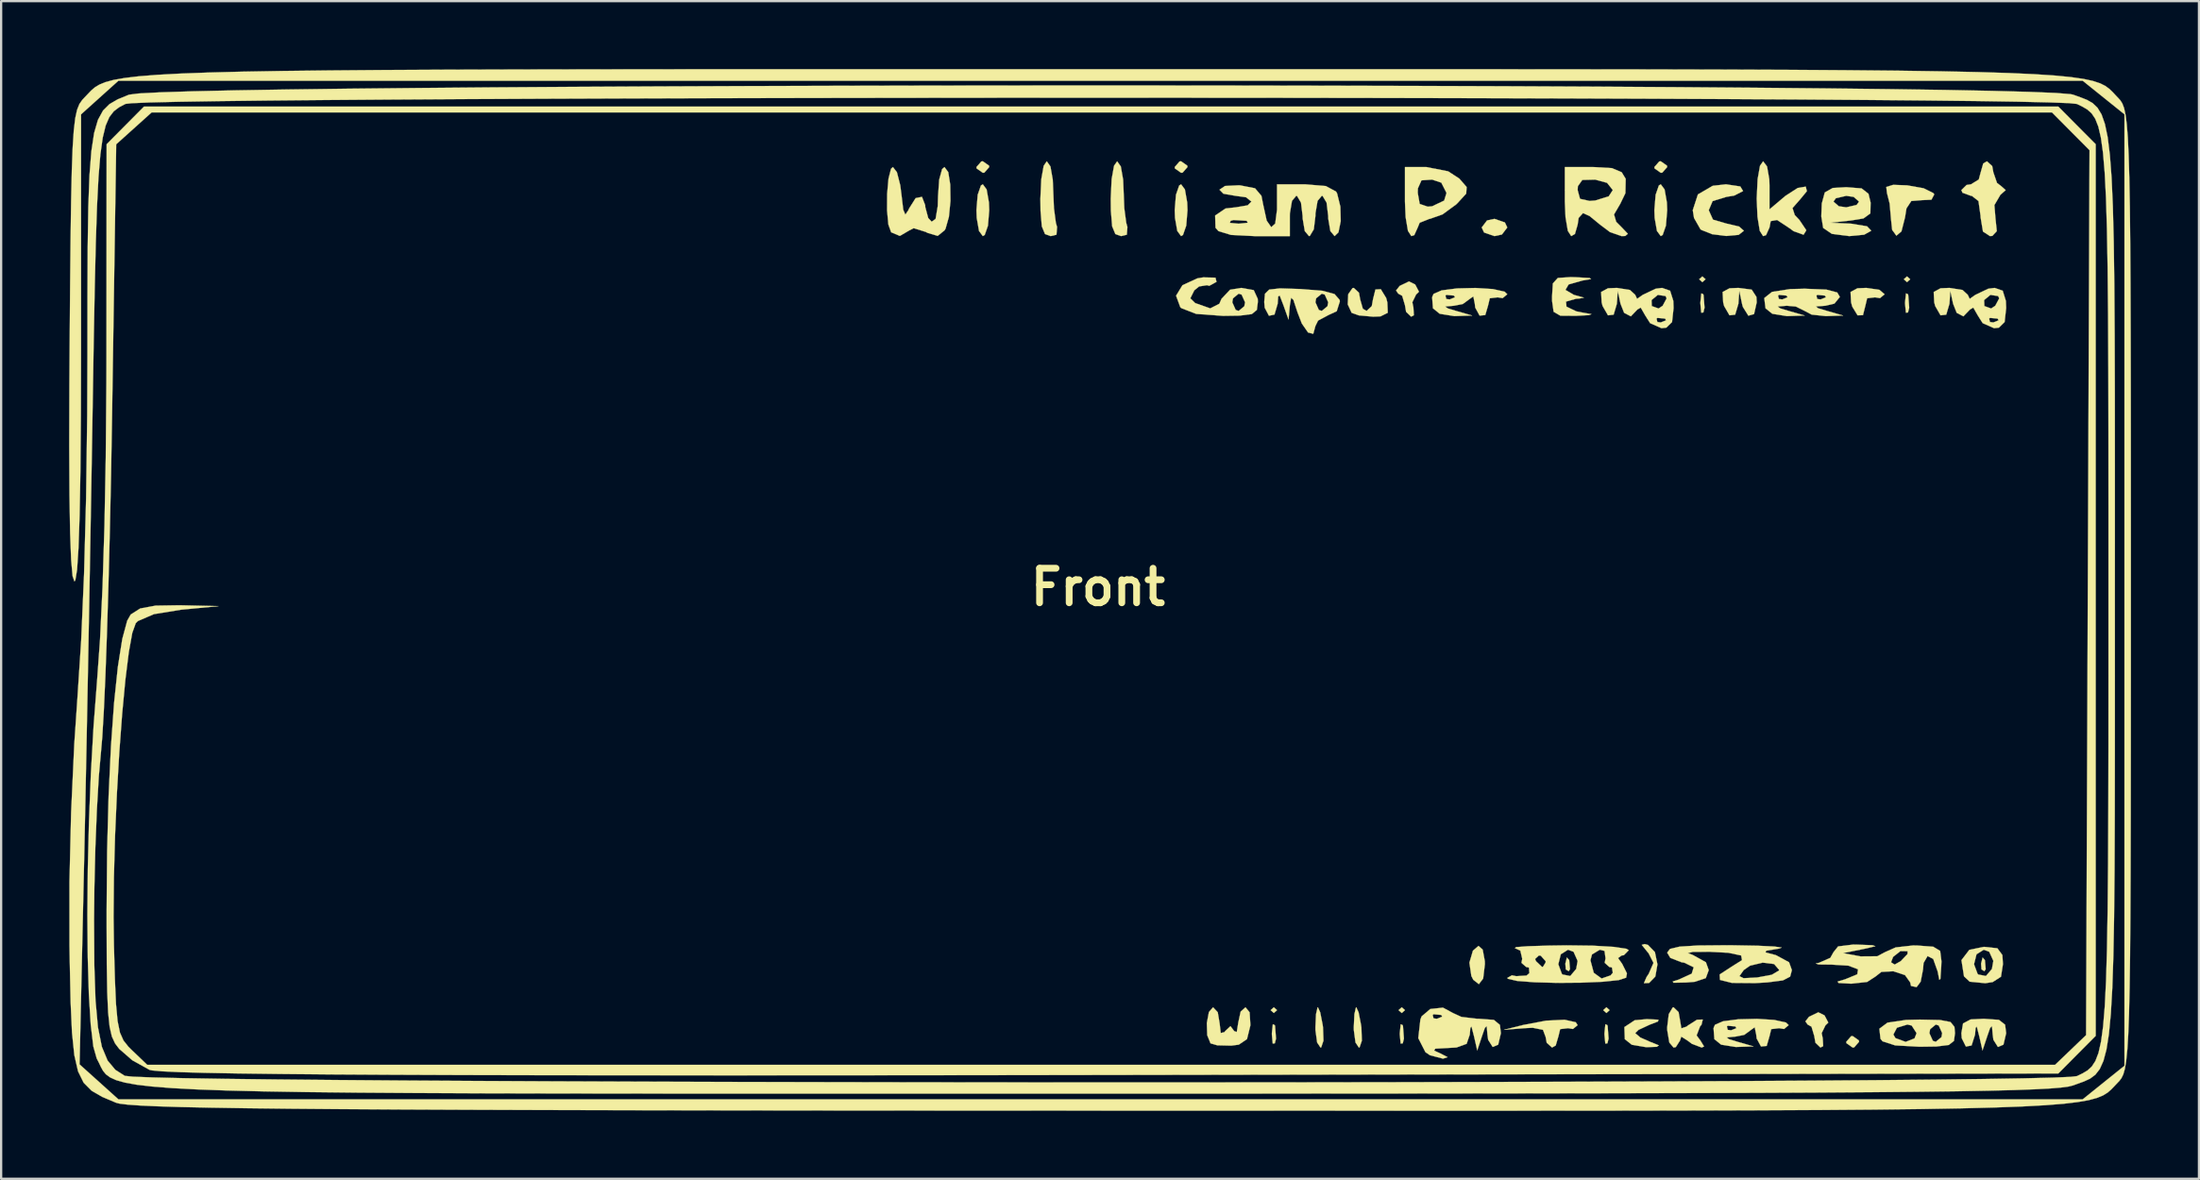
<source format=kicad_pcb>
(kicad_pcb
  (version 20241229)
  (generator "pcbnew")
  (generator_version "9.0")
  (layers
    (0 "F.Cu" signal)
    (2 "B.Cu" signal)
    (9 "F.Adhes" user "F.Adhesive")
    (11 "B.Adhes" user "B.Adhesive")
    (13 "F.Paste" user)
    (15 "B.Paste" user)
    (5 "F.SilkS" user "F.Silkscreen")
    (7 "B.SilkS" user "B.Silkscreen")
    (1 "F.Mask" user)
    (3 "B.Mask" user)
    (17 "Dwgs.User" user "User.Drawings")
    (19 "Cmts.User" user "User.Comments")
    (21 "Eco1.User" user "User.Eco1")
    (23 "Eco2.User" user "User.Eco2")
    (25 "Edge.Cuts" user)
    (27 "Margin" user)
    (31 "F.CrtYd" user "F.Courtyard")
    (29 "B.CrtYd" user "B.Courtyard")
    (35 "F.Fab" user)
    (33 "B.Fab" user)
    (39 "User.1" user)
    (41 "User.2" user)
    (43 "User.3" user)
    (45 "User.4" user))
  (footprint "Front"
    (layer "F.Cu")
    (at 45.399 22.865)
    (property "Reference" "Front" (at 0 0 0) (layer "F.SilkS") (effects (font (size 1.524 1.524) (thickness 0.3))))
    (attr through_hole)
    (fp_poly (pts (xy 7.902 18.669) (xy 7.761 18.796) (xy 7.62 18.669) (xy 7.761 18.542) (xy 7.902 18.669)) (stroke (width 0.01) (type solid)) (fill yes) (layer "F.SilkS"))
    (fp_poly (pts (xy 13.547 18.669) (xy 13.406 18.796) (xy 13.264 18.669) (xy 13.406 18.542) (xy 13.547 18.669)) (stroke (width 0.01) (type solid)) (fill yes) (layer "F.SilkS"))
    (fp_poly (pts (xy 22.578 18.669) (xy 22.437 18.796) (xy 22.296 18.669) (xy 22.437 18.542) (xy 22.578 18.669)) (stroke (width 0.01) (type solid)) (fill yes) (layer "F.SilkS"))
    (fp_poly (pts (xy 26.811 -13.589) (xy 26.67 -13.462) (xy 26.529 -13.589) (xy 26.67 -13.716) (xy 26.811 -13.589)) (stroke (width 0.01) (type solid)) (fill yes) (layer "F.SilkS"))
    (fp_poly (pts (xy 35.842 -13.589) (xy 35.701 -13.462) (xy 35.56 -13.589) (xy 35.701 -13.716) (xy 35.842 -13.589)) (stroke (width 0.01) (type solid)) (fill yes) (layer "F.SilkS"))
    (fp_poly (pts (xy 20.795 16.462) (xy 20.829 16.859) (xy 20.773 16.949) (xy 20.644 16.873) (xy 20.625 16.616) (xy 20.693 16.345) (xy 20.795 16.462)) (stroke (width 0.01) (type solid)) (fill yes) (layer "F.SilkS"))
    (fp_poly (pts (xy 39.139 16.462) (xy 39.173 16.859) (xy 39.117 16.949) (xy 38.989 16.873) (xy 38.969 16.616) (xy 39.038 16.345) (xy 39.139 16.462)) (stroke (width 0.01) (type solid)) (fill yes) (layer "F.SilkS"))
    (fp_poly (pts (xy -4.806 -18.603) (xy -4.798 -18.542) (xy -5.013 -18.295) (xy -5.08 -18.288) (xy -5.354 -18.481) (xy -5.362 -18.542) (xy -5.147 -18.789) (xy -5.08 -18.796) (xy -4.806 -18.603)) (stroke (width 0.01) (type solid)) (fill yes) (layer "F.SilkS"))
    (fp_poly (pts (xy 3.943 -18.603) (xy 3.951 -18.542) (xy 3.736 -18.295) (xy 3.669 -18.288) (xy 3.395 -18.481) (xy 3.387 -18.542) (xy 3.601 -18.789) (xy 3.669 -18.796) (xy 3.943 -18.603)) (stroke (width 0.01) (type solid)) (fill yes) (layer "F.SilkS"))
    (fp_poly (pts (xy 7.802 19.329) (xy 7.816 19.372) (xy 7.857 19.926) (xy 7.805 20.134) (xy 7.712 20.143) (xy 7.675 19.745) (xy 7.675 19.685) (xy 7.716 19.291) (xy 7.802 19.329)) (stroke (width 0.01) (type solid)) (fill yes) (layer "F.SilkS"))
    (fp_poly (pts (xy 13.446 19.329) (xy 13.46 19.372) (xy 13.501 19.926) (xy 13.45 20.134) (xy 13.357 20.143) (xy 13.319 19.745) (xy 13.319 19.685) (xy 13.36 19.291) (xy 13.446 19.329)) (stroke (width 0.01) (type solid)) (fill yes) (layer "F.SilkS"))
    (fp_poly (pts (xy 17.957 -16.097) (xy 18.062 -15.875) (xy 17.827 -15.565) (xy 17.498 -15.494) (xy 17.038 -15.653) (xy 16.933 -15.875) (xy 17.169 -16.185) (xy 17.498 -16.256) (xy 17.957 -16.097)) (stroke (width 0.01) (type solid)) (fill yes) (layer "F.SilkS"))
    (fp_poly (pts (xy 22.477 19.329) (xy 22.491 19.372) (xy 22.532 19.926) (xy 22.481 20.134) (xy 22.388 20.143) (xy 22.35 19.745) (xy 22.351 19.685) (xy 22.391 19.291) (xy 22.477 19.329)) (stroke (width 0.01) (type solid)) (fill yes) (layer "F.SilkS"))
    (fp_poly (pts (xy 25.11 -18.603) (xy 25.118 -18.542) (xy 24.903 -18.295) (xy 24.836 -18.288) (xy 24.562 -18.481) (xy 24.553 -18.542) (xy 24.768 -18.789) (xy 24.836 -18.796) (xy 25.11 -18.603)) (stroke (width 0.01) (type solid)) (fill yes) (layer "F.SilkS"))
    (fp_poly (pts (xy 26.711 -12.929) (xy 26.724 -12.886) (xy 26.766 -12.332) (xy 26.714 -12.124) (xy 26.621 -12.115) (xy 26.584 -12.513) (xy 26.584 -12.573) (xy 26.625 -12.967) (xy 26.711 -12.929)) (stroke (width 0.01) (type solid)) (fill yes) (layer "F.SilkS"))
    (fp_poly (pts (xy 33.576 20.005) (xy 33.584 20.066) (xy 33.37 20.313) (xy 33.302 20.32) (xy 33.028 20.127) (xy 33.02 20.066) (xy 33.235 19.819) (xy 33.302 19.812) (xy 33.576 20.005)) (stroke (width 0.01) (type solid)) (fill yes) (layer "F.SilkS"))
    (fp_poly (pts (xy 35.742 -12.929) (xy 35.756 -12.886) (xy 35.797 -12.332) (xy 35.745 -12.124) (xy 35.652 -12.115) (xy 35.615 -12.513) (xy 35.615 -12.573) (xy 35.656 -12.967) (xy 35.742 -12.929)) (stroke (width 0.01) (type solid)) (fill yes) (layer "F.SilkS"))
    (fp_poly (pts (xy 16.977 15.996) (xy 17.071 16.508) (xy 17.074 16.637) (xy 16.998 17.275) (xy 16.808 17.522) (xy 16.561 17.328) (xy 16.477 17.16) (xy 16.391 16.574) (xy 16.546 16.045) (xy 16.792 15.833) (xy 16.977 15.996)) (stroke (width 0.01) (type solid)) (fill yes) (layer "F.SilkS"))
    (fp_poly (pts (xy -4.912 -17.553) (xy -4.811 -16.979) (xy -4.798 -16.637) (xy -4.854 -15.955) (xy -4.996 -15.546) (xy -5.08 -15.494) (xy -5.248 -15.721) (xy -5.349 -16.295) (xy -5.362 -16.637) (xy -5.306 -17.319) (xy -5.164 -17.728) (xy -5.08 -17.78) (xy -4.912 -17.553)) (stroke (width 0.01) (type solid)) (fill yes) (layer "F.SilkS"))
    (fp_poly (pts (xy 3.837 -17.553) (xy 3.938 -16.979) (xy 3.951 -16.637) (xy 3.895 -15.955) (xy 3.753 -15.546) (xy 3.669 -15.494) (xy 3.501 -15.721) (xy 3.4 -16.295) (xy 3.387 -16.637) (xy 3.443 -17.319) (xy 3.585 -17.728) (xy 3.669 -17.78) (xy 3.837 -17.553)) (stroke (width 0.01) (type solid)) (fill yes) (layer "F.SilkS"))
    (fp_poly (pts (xy 9.807 18.765) (xy 9.915 19.313) (xy 9.931 19.431) (xy 9.951 20.016) (xy 9.852 20.311) (xy 9.821 20.32) (xy 9.672 20.097) (xy 9.597 19.547) (xy 9.596 19.431) (xy 9.623 18.843) (xy 9.691 18.55) (xy 9.706 18.542) (xy 9.807 18.765)) (stroke (width 0.01) (type solid)) (fill yes) (layer "F.SilkS"))
    (fp_poly (pts (xy 11.501 18.765) (xy 11.608 19.313) (xy 11.625 19.431) (xy 11.645 20.016) (xy 11.545 20.311) (xy 11.514 20.32) (xy 11.365 20.097) (xy 11.291 19.547) (xy 11.289 19.431) (xy 11.317 18.843) (xy 11.385 18.55) (xy 11.399 18.542) (xy 11.501 18.765)) (stroke (width 0.01) (type solid)) (fill yes) (layer "F.SilkS"))
    (fp_poly (pts (xy 25.004 -17.553) (xy 25.105 -16.979) (xy 25.118 -16.637) (xy 25.062 -15.955) (xy 24.92 -15.546) (xy 24.836 -15.494) (xy 24.667 -15.721) (xy 24.566 -16.295) (xy 24.553 -16.637) (xy 24.609 -17.319) (xy 24.751 -17.728) (xy 24.836 -17.78) (xy 25.004 -17.553)) (stroke (width 0.01) (type solid)) (fill yes) (layer "F.SilkS"))
    (fp_poly (pts (xy 24.271 15.791) (xy 24.577 16.106) (xy 24.688 16.65) (xy 24.595 17.186) (xy 24.32 17.469) (xy 24.091 17.479) (xy 24.21 17.204) (xy 24.303 17.066) (xy 24.514 16.583) (xy 24.295 16.154) (xy 24.254 16.108) (xy 23.996 15.788) (xy 24.126 15.752) (xy 24.271 15.791)) (stroke (width 0.01) (type solid)) (fill yes) (layer "F.SilkS"))
    (fp_poly (pts (xy 34.483 -13.123) (xy 34.713 -12.927) (xy 34.508 -12.757) (xy 34.29 -12.792) (xy 33.942 -12.751) (xy 33.867 -12.438) (xy 33.758 -12.006) (xy 33.52 -11.997) (xy 33.284 -12.383) (xy 33.233 -12.573) (xy 33.21 -13.027) (xy 33.512 -13.191) (xy 33.906 -13.208) (xy 34.483 -13.123)) (stroke (width 0.01) (type solid)) (fill yes) (layer "F.SilkS"))
    (fp_poly (pts (xy 13.999 -13.358) (xy 14.166 -13.04) (xy 14.039 -12.916) (xy 13.873 -12.574) (xy 13.92 -12.345) (xy 13.94 -12.002) (xy 13.82 -11.938) (xy 13.598 -12.151) (xy 13.547 -12.446) (xy 13.424 -12.859) (xy 13.253 -12.954) (xy 13.154 -13.093) (xy 13.313 -13.295) (xy 13.725 -13.494) (xy 13.999 -13.358)) (stroke (width 0.01) (type solid)) (fill yes) (layer "F.SilkS"))
    (fp_poly (pts (xy 32.061 18.9) (xy 32.228 19.218) (xy 32.101 19.342) (xy 31.935 19.684) (xy 31.982 19.913) (xy 32.002 20.256) (xy 31.882 20.32) (xy 31.66 20.107) (xy 31.609 19.812) (xy 31.486 19.399) (xy 31.316 19.304) (xy 31.217 19.165) (xy 31.376 18.963) (xy 31.787 18.764) (xy 32.061 18.9)) (stroke (width 0.01) (type solid)) (fill yes) (layer "F.SilkS"))
    (fp_poly (pts (xy -2.096 -18.568) (xy -1.994 -17.985) (xy -1.976 -17.547) (xy -1.942 -16.727) (xy -1.857 -16.08) (xy -1.804 -15.896) (xy -1.83 -15.556) (xy -2.086 -15.494) (xy -2.337 -15.585) (xy -2.477 -15.925) (xy -2.534 -16.618) (xy -2.54 -17.145) (xy -2.5 -18.008) (xy -2.394 -18.598) (xy -2.258 -18.796) (xy -2.096 -18.568)) (stroke (width 0.01) (type solid)) (fill yes) (layer "F.SilkS"))
    (fp_poly (pts (xy 1.009 -18.568) (xy 1.111 -17.985) (xy 1.129 -17.547) (xy 1.162 -16.727) (xy 1.248 -16.08) (xy 1.3 -15.896) (xy 1.274 -15.556) (xy 1.018 -15.494) (xy 0.767 -15.585) (xy 0.627 -15.925) (xy 0.57 -16.618) (xy 0.564 -17.145) (xy 0.604 -18.008) (xy 0.71 -18.598) (xy 0.847 -18.796) (xy 1.009 -18.568)) (stroke (width 0.01) (type solid)) (fill yes) (layer "F.SilkS"))
    (fp_poly (pts (xy 24.732 19.09) (xy 24.713 19.17) (xy 24.342 19.312) (xy 23.855 19.539) (xy 23.707 19.685) (xy 23.935 19.877) (xy 24.342 20.058) (xy 24.751 20.223) (xy 24.66 20.287) (xy 24.192 20.304) (xy 23.556 20.196) (xy 23.249 19.951) (xy 23.23 19.415) (xy 23.687 19.115) (xy 24.217 19.066) (xy 24.732 19.09)) (stroke (width 0.01) (type solid)) (fill yes) (layer "F.SilkS"))
    (fp_poly (pts (xy 28.848 -13.132) (xy 29.055 -12.813) (xy 29.069 -12.573) (xy 28.952 -12.053) (xy 28.7 -11.981) (xy 28.457 -12.371) (xy 28.421 -12.509) (xy 28.299 -13.081) (xy 28.261 -12.509) (xy 28.118 -12.027) (xy 27.868 -11.998) (xy 27.63 -12.41) (xy 27.589 -12.573) (xy 27.565 -13.027) (xy 27.868 -13.191) (xy 28.261 -13.208) (xy 28.848 -13.132)) (stroke (width 0.01) (type solid)) (fill yes) (layer "F.SilkS"))
    (fp_poly (pts (xy 21.084 19.203) (xy 21.167 19.331) (xy 20.961 19.501) (xy 20.743 19.466) (xy 20.395 19.507) (xy 20.32 19.82) (xy 20.2 20.228) (xy 20.038 20.32) (xy 19.802 20.109) (xy 19.756 19.856) (xy 19.637 19.538) (xy 19.185 19.447) (xy 18.838 19.464) (xy 17.921 19.536) (xy 18.768 19.323) (xy 19.774 19.133) (xy 20.592 19.093) (xy 21.084 19.203)) (stroke (width 0.01) (type solid)) (fill yes) (layer "F.SilkS"))
    (fp_poly (pts (xy 35.712 -17.734) (xy 36.434 -17.606) (xy 36.866 -17.391) (xy 36.903 -17.335) (xy 36.78 -17.101) (xy 36.36 -17.081) (xy 35.892 -17.044) (xy 35.677 -16.718) (xy 35.613 -16.32) (xy 35.456 -15.702) (xy 35.232 -15.513) (xy 35.046 -15.768) (xy 34.996 -16.235) (xy 34.935 -16.93) (xy 34.817 -17.396) (xy 34.787 -17.663) (xy 35.092 -17.757) (xy 35.712 -17.734)) (stroke (width 0.01) (type solid)) (fill yes) (layer "F.SilkS"))
    (fp_poly (pts (xy 11.518 -12.995) (xy 11.571 -12.7) (xy 11.689 -12.287) (xy 11.853 -12.192) (xy 12.083 -12.405) (xy 12.136 -12.7) (xy 12.244 -13.137) (xy 12.482 -13.15) (xy 12.718 -12.764) (xy 12.769 -12.573) (xy 12.789 -12.111) (xy 12.468 -11.951) (xy 12.143 -11.938) (xy 11.512 -11.995) (xy 11.195 -12.107) (xy 11.023 -12.48) (xy 11.044 -12.93) (xy 11.233 -13.199) (xy 11.289 -13.208) (xy 11.518 -12.995)) (stroke (width 0.01) (type solid)) (fill yes) (layer "F.SilkS"))
    (fp_poly (pts (xy 28.345 -17.686) (xy 28.468 -17.483) (xy 28.078 -17.283) (xy 27.728 -17.225) (xy 27.123 -17.04) (xy 26.952 -16.637) (xy 27.139 -16.221) (xy 27.728 -16.049) (xy 28.292 -15.916) (xy 28.504 -15.731) (xy 28.272 -15.549) (xy 27.727 -15.5) (xy 27.099 -15.578) (xy 26.617 -15.772) (xy 26.585 -15.799) (xy 26.303 -16.294) (xy 26.247 -16.637) (xy 26.474 -17.334) (xy 27.129 -17.715) (xy 27.714 -17.78) (xy 28.345 -17.686)) (stroke (width 0.01) (type solid)) (fill yes) (layer "F.SilkS"))
    (fp_poly (pts (xy 39.756 19.097) (xy 40.029 19.311) (xy 40.076 19.685) (xy 39.957 20.192) (xy 39.714 20.295) (xy 39.513 19.978) (xy 39.483 19.748) (xy 39.45 19.372) (xy 39.368 19.456) (xy 39.244 19.812) (xy 39.033 20.447) (xy 38.887 19.812) (xy 38.778 19.391) (xy 38.727 19.452) (xy 38.703 19.748) (xy 38.551 20.228) (xy 38.3 20.276) (xy 38.117 19.911) (xy 38.1 19.685) (xy 38.174 19.256) (xy 38.506 19.08) (xy 39.088 19.05) (xy 39.756 19.097)) (stroke (width 0.01) (type solid)) (fill yes) (layer "F.SilkS"))
    (fp_poly (pts (xy 39.689 15.938) (xy 39.909 16.236) (xy 39.934 16.637) (xy 39.848 17.194) (xy 39.483 17.429) (xy 39.157 17.48) (xy 38.466 17.412) (xy 38.216 17.177) (xy 38.132 16.643) (xy 38.658 16.643) (xy 38.815 17.066) (xy 38.845 17.096) (xy 39.184 17.162) (xy 39.448 16.851) (xy 39.511 16.495) (xy 39.33 16.092) (xy 39.088 16.002) (xy 38.768 16.204) (xy 38.658 16.643) (xy 38.132 16.643) (xy 38.104 16.461) (xy 38.449 16.009) (xy 39.092 15.875) (xy 39.689 15.938)) (stroke (width 0.01) (type solid)) (fill yes) (layer "F.SilkS"))
    (fp_poly (pts (xy 6.692 18.763) (xy 6.726 19.31) (xy 6.721 19.363) (xy 6.576 19.949) (xy 6.215 20.192) (xy 5.884 20.235) (xy 5.267 20.221) (xy 4.967 20.134) (xy 4.822 19.776) (xy 4.804 19.24) (xy 4.896 18.753) (xy 5.08 18.542) (xy 5.286 18.761) (xy 5.367 19.241) (xy 5.419 19.679) (xy 5.58 19.639) (xy 5.615 19.593) (xy 5.847 19.374) (xy 6.011 19.593) (xy 6.125 19.635) (xy 6.186 19.258) (xy 6.187 19.241) (xy 6.297 18.733) (xy 6.509 18.542) (xy 6.692 18.763)) (stroke (width 0.01) (type solid)) (fill yes) (layer "F.SilkS"))
    (fp_poly (pts (xy 21.096 -13.678) (xy 21.697 -13.645) (xy 21.761 -13.599) (xy 21.378 -13.534) (xy 20.768 -13.36) (xy 20.63 -13.12) (xy 21.002 -12.9) (xy 21.096 -12.875) (xy 21.444 -12.779) (xy 21.244 -12.739) (xy 21.096 -12.729) (xy 20.654 -12.603) (xy 20.675 -12.38) (xy 21.108 -12.173) (xy 21.378 -12.12) (xy 21.777 -12.05) (xy 21.665 -12.006) (xy 21.096 -11.976) (xy 20.404 -11.981) (xy 20.107 -12.155) (xy 20.039 -12.633) (xy 20.038 -12.827) (xy 20.074 -13.407) (xy 20.294 -13.648) (xy 20.865 -13.685) (xy 21.096 -13.678)) (stroke (width 0.01) (type solid)) (fill yes) (layer "F.SilkS"))
    (fp_poly (pts (xy 25.622 18.757) (xy 25.682 19.101) (xy 25.744 19.472) (xy 25.975 19.395) (xy 26.021 19.355) (xy 26.43 19.094) (xy 26.688 19.082) (xy 26.634 19.311) (xy 26.57 19.386) (xy 26.417 19.785) (xy 26.592 20.021) (xy 26.745 20.273) (xy 26.642 20.32) (xy 26.213 20.158) (xy 26.021 20.015) (xy 25.741 19.838) (xy 25.682 20.015) (xy 25.498 20.301) (xy 25.4 20.32) (xy 25.213 20.097) (xy 25.12 19.548) (xy 25.118 19.431) (xy 25.189 18.843) (xy 25.363 18.55) (xy 25.4 18.542) (xy 25.622 18.757)) (stroke (width 0.01) (type solid)) (fill yes) (layer "F.SilkS"))
    (fp_poly (pts (xy 39.461 -18.584) (xy 39.511 -18.309) (xy 39.672 -17.842) (xy 39.864 -17.694) (xy 40.055 -17.523) (xy 39.823 -17.317) (xy 39.557 -16.864) (xy 39.604 -16.282) (xy 39.663 -15.713) (xy 39.467 -15.503) (xy 39.363 -15.494) (xy 39.053 -15.696) (xy 38.947 -16.332) (xy 38.947 -16.383) (xy 38.855 -17.041) (xy 38.562 -17.27) (xy 38.523 -17.272) (xy 38.148 -17.409) (xy 38.1 -17.526) (xy 38.329 -17.751) (xy 38.523 -17.78) (xy 38.868 -17.992) (xy 38.947 -18.288) (xy 39.065 -18.701) (xy 39.229 -18.796) (xy 39.461 -18.584)) (stroke (width 0.01) (type solid)) (fill yes) (layer "F.SilkS"))
    (fp_poly (pts (xy 29.525 -18.57) (xy 29.624 -18.003) (xy 29.633 -17.736) (xy 29.633 -16.675) (xy 30.338 -17.271) (xy 30.88 -17.62) (xy 31.233 -17.678) (xy 31.283 -17.477) (xy 30.963 -17.09) (xy 30.648 -16.732) (xy 30.748 -16.424) (xy 30.954 -16.205) (xy 31.258 -15.752) (xy 31.136 -15.554) (xy 30.699 -15.71) (xy 30.53 -15.834) (xy 29.97 -16.205) (xy 29.687 -16.157) (xy 29.633 -15.875) (xy 29.481 -15.537) (xy 29.351 -15.494) (xy 29.204 -15.727) (xy 29.103 -16.345) (xy 29.069 -17.145) (xy 29.109 -18.008) (xy 29.214 -18.598) (xy 29.351 -18.796) (xy 29.525 -18.57)) (stroke (width 0.01) (type solid)) (fill yes) (layer "F.SilkS"))
    (fp_poly (pts (xy 33.698 -17.6) (xy 34.001 -17.363) (xy 34.095 -16.972) (xy 34.084 -16.496) (xy 33.782 -16.275) (xy 33.249 -16.187) (xy 32.314 -16.083) (xy 33.232 -16.043) (xy 33.936 -15.928) (xy 34.124 -15.734) (xy 33.812 -15.557) (xy 33.152 -15.494) (xy 32.386 -15.593) (xy 32.002 -15.854) (xy 31.919 -16.364) (xy 31.941 -16.933) (xy 31.964 -17.018) (xy 32.456 -17.018) (xy 32.692 -16.812) (xy 33.02 -16.764) (xy 33.479 -16.87) (xy 33.584 -17.018) (xy 33.348 -17.224) (xy 33.02 -17.272) (xy 32.561 -17.166) (xy 32.456 -17.018) (xy 31.964 -17.018) (xy 32.073 -17.421) (xy 32.424 -17.619) (xy 33.02 -17.653) (xy 33.698 -17.6)) (stroke (width 0.01) (type solid)) (fill yes) (layer "F.SilkS"))
    (fp_poly (pts (xy 15.453 -18.354) (xy 15.948 -18.031) (xy 16.269 -17.661) (xy 16.25 -17.37) (xy 15.864 -16.948) (xy 15.802 -16.888) (xy 15.204 -16.452) (xy 14.653 -16.257) (xy 14.626 -16.256) (xy 14.196 -16.084) (xy 14.111 -15.875) (xy 13.959 -15.537) (xy 13.829 -15.494) (xy 13.679 -15.725) (xy 13.577 -16.33) (xy 13.547 -17.018) (xy 13.547 -17.399) (xy 14.111 -17.399) (xy 14.198 -16.914) (xy 14.553 -16.793) (xy 14.746 -16.81) (xy 15.277 -17.062) (xy 15.381 -17.399) (xy 15.151 -17.853) (xy 14.746 -17.988) (xy 14.276 -17.956) (xy 14.118 -17.602) (xy 14.111 -17.399) (xy 13.547 -17.399) (xy 13.547 -18.542) (xy 14.491 -18.542) (xy 15.453 -18.354)) (stroke (width 0.01) (type solid)) (fill yes) (layer "F.SilkS"))
    (fp_poly (pts (xy 17.425 -13.157) (xy 17.944 -13.042) (xy 18.062 -12.927) (xy 17.857 -12.757) (xy 17.639 -12.792) (xy 17.291 -12.751) (xy 17.216 -12.438) (xy 17.091 -12.01) (xy 16.841 -11.985) (xy 16.648 -12.339) (xy 16.629 -12.509) (xy 16.564 -12.83) (xy 16.464 -12.764) (xy 16.099 -12.497) (xy 15.71 -12.421) (xy 15.322 -12.387) (xy 15.438 -12.303) (xy 15.804 -12.192) (xy 16.51 -11.989) (xy 15.725 -11.963) (xy 15.081 -12.066) (xy 14.783 -12.307) (xy 14.746 -12.795) (xy 14.778 -12.869) (xy 15.334 -12.869) (xy 15.373 -12.718) (xy 15.522 -12.7) (xy 15.755 -12.793) (xy 15.71 -12.869) (xy 15.375 -12.9) (xy 15.334 -12.869) (xy 14.778 -12.869) (xy 14.808 -12.942) (xy 15.165 -13.098) (xy 15.846 -13.186) (xy 16.662 -13.205) (xy 17.425 -13.157)) (stroke (width 0.01) (type solid)) (fill yes) (layer "F.SilkS"))
    (fp_poly (pts (xy 29.843 19.101) (xy 30.362 19.216) (xy 30.48 19.331) (xy 30.275 19.501) (xy 30.057 19.466) (xy 29.709 19.507) (xy 29.633 19.82) (xy 29.509 20.248) (xy 29.258 20.273) (xy 29.066 19.919) (xy 29.047 19.748) (xy 28.981 19.428) (xy 28.882 19.494) (xy 28.517 19.761) (xy 28.128 19.837) (xy 27.74 19.871) (xy 27.856 19.955) (xy 28.222 20.066) (xy 28.928 20.269) (xy 28.143 20.295) (xy 27.499 20.192) (xy 27.201 19.951) (xy 27.164 19.463) (xy 27.195 19.389) (xy 27.752 19.389) (xy 27.791 19.54) (xy 27.94 19.558) (xy 28.172 19.465) (xy 28.128 19.389) (xy 27.793 19.358) (xy 27.752 19.389) (xy 27.195 19.389) (xy 27.226 19.316) (xy 27.583 19.16) (xy 28.264 19.072) (xy 29.08 19.053) (xy 29.843 19.101)) (stroke (width 0.01) (type solid)) (fill yes) (layer "F.SilkS"))
    (fp_poly (pts (xy 37.158 19.104) (xy 37.621 19.193) (xy 37.794 19.407) (xy 37.818 19.685) (xy 37.772 20.027) (xy 37.544 20.206) (xy 36.997 20.274) (xy 36.249 20.284) (xy 35.18 20.225) (xy 34.621 20.044) (xy 34.531 19.933) (xy 34.51 19.745) (xy 35.099 19.745) (xy 35.191 19.904) (xy 35.64 20.069) (xy 36.032 19.917) (xy 36.124 19.685) (xy 36.689 19.685) (xy 36.841 20.023) (xy 36.971 20.066) (xy 37.221 19.86) (xy 37.253 19.685) (xy 37.101 19.347) (xy 36.971 19.304) (xy 36.721 19.51) (xy 36.689 19.685) (xy 36.124 19.685) (xy 35.907 19.348) (xy 35.718 19.304) (xy 35.256 19.445) (xy 35.099 19.745) (xy 34.51 19.745) (xy 34.482 19.489) (xy 34.839 19.221) (xy 35.66 19.1) (xy 36.27 19.086) (xy 37.158 19.104)) (stroke (width 0.01) (type solid)) (fill yes) (layer "F.SilkS"))
    (fp_poly (pts (xy 22.679 -18.495) (xy 23.111 -18.313) (xy 23.288 -18.022) (xy 23.274 -17.388) (xy 23.045 -16.915) (xy 22.773 -16.449) (xy 22.869 -16.124) (xy 23.082 -15.911) (xy 23.383 -15.597) (xy 23.267 -15.499) (xy 23.105 -15.494) (xy 22.596 -15.67) (xy 22.154 -16.002) (xy 21.694 -16.38) (xy 21.405 -16.51) (xy 21.211 -16.297) (xy 21.167 -16.002) (xy 21.048 -15.589) (xy 20.884 -15.494) (xy 20.734 -15.725) (xy 20.632 -16.33) (xy 20.602 -17.018) (xy 20.602 -17.526) (xy 21.167 -17.526) (xy 21.272 -17.139) (xy 21.696 -17.046) (xy 21.943 -17.065) (xy 22.539 -17.25) (xy 22.719 -17.526) (xy 22.466 -17.845) (xy 21.943 -17.987) (xy 21.373 -17.973) (xy 21.177 -17.697) (xy 21.167 -17.526) (xy 20.602 -17.526) (xy 20.602 -18.542) (xy 21.853 -18.542) (xy 22.679 -18.495)) (stroke (width 0.01) (type solid)) (fill yes) (layer "F.SilkS"))
    (fp_poly (pts (xy -6.606 -18.319) (xy -6.518 -17.764) (xy -6.508 -17.049) (xy -6.577 -16.345) (xy -6.725 -15.822) (xy -6.769 -15.748) (xy -7.072 -15.504) (xy -7.517 -15.635) (xy -7.598 -15.679) (xy -8.129 -15.844) (xy -8.329 -15.743) (xy -8.742 -15.502) (xy -9.125 -15.663) (xy -9.248 -16.004) (xy -9.306 -16.628) (xy -9.302 -17.361) (xy -9.242 -18.031) (xy -9.131 -18.466) (xy -9.047 -18.542) (xy -8.871 -18.314) (xy -8.723 -17.735) (xy -8.672 -17.335) (xy -8.592 -16.661) (xy -8.499 -16.444) (xy -8.367 -16.637) (xy -8.341 -16.701) (xy -8.045 -17.171) (xy -7.765 -17.227) (xy -7.622 -16.855) (xy -7.62 -16.779) (xy -7.49 -16.293) (xy -7.338 -16.129) (xy -7.164 -16.255) (xy -7.069 -16.821) (xy -7.056 -17.257) (xy -7.005 -17.986) (xy -6.877 -18.452) (xy -6.773 -18.542) (xy -6.606 -18.319)) (stroke (width 0.01) (type solid)) (fill yes) (layer "F.SilkS"))
    (fp_poly (pts (xy 5.185 -13.66) (xy 5.232 -13.477) (xy 4.913 -13.3) (xy 4.81 -13.328) (xy 4.464 -13.272) (xy 4.252 -13.101) (xy 4.076 -12.748) (xy 4.29 -12.539) (xy 4.956 -12.304) (xy 5.357 -12.509) (xy 5.385 -12.573) (xy 5.927 -12.573) (xy 6.079 -12.235) (xy 6.209 -12.192) (xy 6.459 -12.398) (xy 6.491 -12.573) (xy 6.339 -12.911) (xy 6.209 -12.954) (xy 5.959 -12.748) (xy 5.927 -12.573) (xy 5.385 -12.573) (xy 5.452 -12.726) (xy 5.829 -13.127) (xy 6.324 -13.208) (xy 6.875 -13.11) (xy 7.051 -12.726) (xy 7.056 -12.591) (xy 7.012 -12.236) (xy 6.788 -12.052) (xy 6.246 -11.984) (xy 5.521 -11.974) (xy 4.336 -12.06) (xy 3.677 -12.316) (xy 3.633 -12.358) (xy 3.447 -12.864) (xy 3.729 -13.327) (xy 4.388 -13.63) (xy 4.645 -13.672) (xy 5.185 -13.66)) (stroke (width 0.01) (type solid)) (fill yes) (layer "F.SilkS"))
    (fp_poly (pts (xy 8.928 -13.159) (xy 8.958 -13.157) (xy 9.916 -13.08) (xy 10.439 -12.937) (xy 10.657 -12.688) (xy 10.676 -12.618) (xy 10.536 -12.178) (xy 10.185 -12.017) (xy 9.713 -11.765) (xy 9.596 -11.527) (xy 9.501 -11.182) (xy 9.272 -11.239) (xy 8.997 -11.635) (xy 8.806 -12.129) (xy 8.66 -12.573) (xy 9.596 -12.573) (xy 9.748 -12.235) (xy 9.878 -12.192) (xy 10.128 -12.398) (xy 10.16 -12.573) (xy 10.008 -12.911) (xy 9.878 -12.954) (xy 9.627 -12.748) (xy 9.596 -12.573) (xy 8.66 -12.573) (xy 8.624 -12.681) (xy 8.524 -12.773) (xy 8.468 -12.446) (xy 8.41 -11.811) (xy 8.184 -12.446) (xy 8.019 -12.873) (xy 7.953 -12.832) (xy 7.93 -12.509) (xy 7.79 -12.031) (xy 7.545 -11.979) (xy 7.359 -12.333) (xy 7.338 -12.586) (xy 7.37 -12.949) (xy 7.555 -13.133) (xy 8.029 -13.187) (xy 8.928 -13.159)) (stroke (width 0.01) (type solid)) (fill yes) (layer "F.SilkS"))
    (fp_poly (pts (xy 32.139 -13.134) (xy 32.622 -13.006) (xy 32.738 -12.809) (xy 32.499 -12.516) (xy 32.103 -12.421) (xy 31.683 -12.39) (xy 31.772 -12.313) (xy 32.173 -12.192) (xy 32.879 -11.989) (xy 32.119 -11.963) (xy 31.495 -12.029) (xy 31.186 -12.192) (xy 30.794 -12.386) (xy 30.393 -12.421) (xy 29.995 -12.388) (xy 30.103 -12.306) (xy 30.48 -12.192) (xy 31.186 -11.989) (xy 30.401 -11.963) (xy 29.757 -12.066) (xy 29.458 -12.307) (xy 29.402 -12.759) (xy 29.539 -12.869) (xy 30.01 -12.869) (xy 30.048 -12.718) (xy 30.198 -12.7) (xy 30.43 -12.793) (xy 30.386 -12.869) (xy 31.703 -12.869) (xy 31.742 -12.718) (xy 31.891 -12.7) (xy 32.123 -12.793) (xy 32.079 -12.869) (xy 31.744 -12.9) (xy 31.703 -12.869) (xy 30.386 -12.869) (xy 30.051 -12.9) (xy 30.01 -12.869) (xy 29.539 -12.869) (xy 29.743 -13.032) (xy 30.542 -13.156) (xy 31.19 -13.172) (xy 32.139 -13.134)) (stroke (width 0.01) (type solid)) (fill yes) (layer "F.SilkS"))
    (fp_poly (pts (xy 15.662 18.795) (xy 15.663 18.796) (xy 16.039 18.968) (xy 16.723 19.049) (xy 16.809 19.05) (xy 17.47 19.099) (xy 17.737 19.32) (xy 17.78 19.685) (xy 17.662 20.192) (xy 17.419 20.295) (xy 17.218 19.978) (xy 17.187 19.748) (xy 17.154 19.372) (xy 17.072 19.456) (xy 16.948 19.812) (xy 16.737 20.447) (xy 16.592 19.812) (xy 16.483 19.391) (xy 16.432 19.452) (xy 16.407 19.748) (xy 16.269 20.155) (xy 15.821 20.317) (xy 15.452 20.338) (xy 14.887 20.369) (xy 14.834 20.454) (xy 15.099 20.574) (xy 15.429 20.745) (xy 15.226 20.81) (xy 14.649 20.659) (xy 14.45 20.523) (xy 14.135 19.905) (xy 14.228 19.084) (xy 14.282 18.944) (xy 14.357 18.881) (xy 14.77 18.881) (xy 14.808 19.032) (xy 14.958 19.05) (xy 15.19 18.957) (xy 15.146 18.881) (xy 14.811 18.85) (xy 14.77 18.881) (xy 14.357 18.881) (xy 14.664 18.619) (xy 15.225 18.559) (xy 15.662 18.795)) (stroke (width 0.01) (type solid)) (fill yes) (layer "F.SilkS"))
    (fp_poly (pts (xy 25.248 -13.084) (xy 25.389 -12.634) (xy 25.4 -12.319) (xy 25.333 -11.701) (xy 25.081 -11.454) (xy 24.868 -11.43) (xy 24.365 -11.652) (xy 24.238 -11.853) (xy 24.647 -11.853) (xy 24.686 -11.702) (xy 24.836 -11.684) (xy 25.068 -11.777) (xy 25.024 -11.853) (xy 24.689 -11.884) (xy 24.647 -11.853) (xy 24.238 -11.853) (xy 24.144 -12.002) (xy 23.951 -12.339) (xy 23.805 -12.255) (xy 23.515 -11.953) (xy 23.218 -12.108) (xy 23.059 -12.509) (xy 23.025 -12.671) (xy 24.429 -12.671) (xy 24.439 -12.406) (xy 24.739 -12.299) (xy 24.919 -12.42) (xy 25.093 -12.745) (xy 25.047 -12.848) (xy 24.706 -12.9) (xy 24.429 -12.671) (xy 23.025 -12.671) (xy 22.937 -13.081) (xy 22.898 -12.509) (xy 22.756 -12.027) (xy 22.506 -11.998) (xy 22.268 -12.41) (xy 22.226 -12.573) (xy 22.203 -13.027) (xy 22.505 -13.191) (xy 22.899 -13.208) (xy 23.476 -13.116) (xy 23.707 -12.903) (xy 23.79 -12.726) (xy 24.045 -12.903) (xy 24.612 -13.172) (xy 24.892 -13.208) (xy 25.248 -13.084)) (stroke (width 0.01) (type solid)) (fill yes) (layer "F.SilkS"))
    (fp_poly (pts (xy 39.924 -13.084) (xy 40.064 -12.634) (xy 40.076 -12.319) (xy 40.008 -11.701) (xy 39.756 -11.454) (xy 39.544 -11.43) (xy 39.041 -11.652) (xy 38.913 -11.853) (xy 39.323 -11.853) (xy 39.362 -11.702) (xy 39.511 -11.684) (xy 39.743 -11.777) (xy 39.699 -11.853) (xy 39.364 -11.884) (xy 39.323 -11.853) (xy 38.913 -11.853) (xy 38.819 -12.002) (xy 38.627 -12.339) (xy 38.481 -12.255) (xy 38.19 -11.953) (xy 37.894 -12.108) (xy 37.735 -12.509) (xy 37.7 -12.671) (xy 39.104 -12.671) (xy 39.115 -12.406) (xy 39.414 -12.299) (xy 39.595 -12.42) (xy 39.769 -12.745) (xy 39.723 -12.848) (xy 39.381 -12.9) (xy 39.104 -12.671) (xy 37.7 -12.671) (xy 37.612 -13.081) (xy 37.574 -12.509) (xy 37.432 -12.027) (xy 37.181 -11.998) (xy 36.944 -12.41) (xy 36.902 -12.573) (xy 36.879 -13.027) (xy 37.181 -13.191) (xy 37.575 -13.208) (xy 38.152 -13.116) (xy 38.382 -12.903) (xy 38.466 -12.726) (xy 38.721 -12.903) (xy 39.287 -13.172) (xy 39.568 -13.208) (xy 39.924 -13.084)) (stroke (width 0.01) (type solid)) (fill yes) (layer "F.SilkS"))
    (fp_poly (pts (xy 28.011 15.806) (xy 29.105 15.825) (xy 29.85 15.861) (xy 30.171 15.908) (xy 30.057 15.952) (xy 29.493 16.045) (xy 29.456 16.121) (xy 29.916 16.241) (xy 30.497 16.556) (xy 30.621 16.902) (xy 30.544 17.19) (xy 30.227 17.355) (xy 29.541 17.444) (xy 28.998 17.475) (xy 27.977 17.467) (xy 27.449 17.335) (xy 27.439 17.168) (xy 28.306 17.168) (xy 28.488 17.259) (xy 29.087 17.228) (xy 29.733 17.108) (xy 30.05 16.921) (xy 30.057 16.891) (xy 29.836 16.634) (xy 29.33 16.572) (xy 28.775 16.706) (xy 28.498 16.898) (xy 28.306 17.168) (xy 27.439 17.168) (xy 27.435 17.093) (xy 27.94 16.764) (xy 28.42 16.462) (xy 28.382 16.256) (xy 27.811 16.136) (xy 27.023 16.095) (xy 26.252 16.097) (xy 26.029 16.153) (xy 26.247 16.233) (xy 26.827 16.555) (xy 26.952 16.902) (xy 26.822 17.256) (xy 26.338 17.417) (xy 25.964 17.448) (xy 25.398 17.46) (xy 25.362 17.404) (xy 25.628 17.321) (xy 26.201 17.059) (xy 26.288 16.777) (xy 25.874 16.575) (xy 25.753 16.556) (xy 25.256 16.362) (xy 25.118 16.13) (xy 25.241 15.968) (xy 25.665 15.866) (xy 26.474 15.815) (xy 27.75 15.804) (xy 28.011 15.806)) (stroke (width 0.01) (type solid)) (fill yes) (layer "F.SilkS"))
    (fp_poly (pts (xy 33.514 15.778) (xy 34.175 15.803) (xy 34.305 15.846) (xy 33.936 15.937) (xy 33.726 15.981) (xy 32.879 16.153) (xy 33.653 16.296) (xy 34.389 16.291) (xy 34.733 16.108) (xy 35.201 15.9) (xy 35.97 15.814) (xy 36.146 15.816) (xy 36.858 15.87) (xy 37.164 16.054) (xy 37.221 16.508) (xy 37.211 16.754) (xy 37.175 17.285) (xy 37.127 17.333) (xy 37.051 16.954) (xy 36.857 16.409) (xy 36.609 16.281) (xy 36.431 16.587) (xy 36.407 16.876) (xy 36.303 17.414) (xy 36.124 17.653) (xy 35.878 17.601) (xy 35.842 17.444) (xy 35.612 17.122) (xy 35.098 16.953) (xy 34.57 16.981) (xy 34.313 17.183) (xy 33.942 17.424) (xy 33.241 17.501) (xy 32.678 17.47) (xy 32.64 17.406) (xy 32.966 17.31) (xy 33.507 17.087) (xy 33.539 16.866) (xy 33.113 16.705) (xy 32.373 16.659) (xy 31.799 16.653) (xy 31.679 16.611) (xy 31.821 16.579) (xy 31.872 16.556) (xy 34.996 16.556) (xy 35.157 16.658) (xy 35.426 16.505) (xy 35.722 16.194) (xy 35.727 16.067) (xy 35.413 16.062) (xy 35.088 16.318) (xy 34.996 16.556) (xy 31.872 16.556) (xy 32.317 16.361) (xy 32.456 16.112) (xy 32.661 15.856) (xy 33.323 15.775) (xy 33.514 15.778)) (stroke (width 0.01) (type solid)) (fill yes) (layer "F.SilkS"))
    (fp_poly (pts (xy 10.054 -17.704) (xy 10.506 -17.461) (xy 10.553 -17.378) (xy 10.697 -16.793) (xy 10.713 -16.156) (xy 10.613 -15.66) (xy 10.442 -15.494) (xy 10.256 -15.717) (xy 10.162 -16.266) (xy 10.16 -16.383) (xy 10.089 -16.971) (xy 9.915 -17.264) (xy 9.878 -17.272) (xy 9.691 -17.049) (xy 9.598 -16.5) (xy 9.596 -16.383) (xy 9.525 -15.795) (xy 9.35 -15.502) (xy 9.313 -15.494) (xy 9.127 -15.717) (xy 9.034 -16.266) (xy 9.031 -16.383) (xy 8.96 -16.971) (xy 8.786 -17.264) (xy 8.749 -17.272) (xy 8.562 -17.049) (xy 8.469 -16.5) (xy 8.467 -16.383) (xy 8.467 -15.494) (xy 6.906 -15.494) (xy 5.872 -15.546) (xy 5.317 -15.714) (xy 5.187 -15.863) (xy 5.181 -16.078) (xy 5.821 -16.078) (xy 6.209 -16.042) (xy 6.61 -16.082) (xy 6.562 -16.17) (xy 5.984 -16.204) (xy 5.856 -16.17) (xy 5.821 -16.078) (xy 5.181 -16.078) (xy 5.171 -16.403) (xy 5.629 -16.713) (xy 6.084 -16.764) (xy 6.607 -16.853) (xy 6.773 -17.018) (xy 6.532 -17.209) (xy 6.068 -17.272) (xy 5.537 -17.364) (xy 5.362 -17.542) (xy 5.608 -17.707) (xy 6.217 -17.737) (xy 6.279 -17.733) (xy 6.932 -17.605) (xy 7.214 -17.271) (xy 7.289 -16.891) (xy 7.445 -16.179) (xy 7.646 -15.89) (xy 7.821 -16.045) (xy 7.902 -16.662) (xy 7.902 -16.713) (xy 7.902 -17.78) (xy 9.142 -17.78) (xy 10.054 -17.704)) (stroke (width 0.01) (type solid)) (fill yes) (layer "F.SilkS"))
    (fp_poly (pts (xy 21.841 15.823) (xy 22.763 15.877) (xy 23.318 15.96) (xy 23.424 16.023) (xy 23.205 16.245) (xy 23.108 16.256) (xy 22.951 16.371) (xy 23.132 16.626) (xy 23.342 17.046) (xy 23.307 17.237) (xy 22.978 17.343) (xy 22.26 17.417) (xy 21.302 17.457) (xy 20.256 17.465) (xy 19.272 17.439) (xy 18.5 17.38) (xy 18.092 17.286) (xy 18.062 17.248) (xy 18.268 17.131) (xy 18.457 17.17) (xy 18.913 17.142) (xy 19.038 17.035) (xy 19.017 16.79) (xy 18.895 16.764) (xy 18.688 16.581) (xy 18.72 16.412) (xy 19.288 16.412) (xy 19.332 16.51) (xy 19.586 16.752) (xy 19.631 16.764) (xy 19.706 16.643) (xy 20.314 16.643) (xy 20.47 17.066) (xy 20.5 17.096) (xy 20.84 17.162) (xy 21.103 16.851) (xy 21.167 16.495) (xy 21.154 16.468) (xy 21.731 16.468) (xy 21.879 17.021) (xy 22.225 17.272) (xy 22.62 17.136) (xy 22.719 17.018) (xy 22.68 16.785) (xy 22.564 16.764) (xy 22.361 16.58) (xy 22.398 16.383) (xy 22.354 16.055) (xy 22.146 16.002) (xy 21.8 16.211) (xy 21.731 16.468) (xy 21.154 16.468) (xy 20.986 16.092) (xy 20.743 16.002) (xy 20.424 16.204) (xy 20.314 16.643) (xy 19.706 16.643) (xy 19.752 16.567) (xy 19.756 16.51) (xy 19.539 16.266) (xy 19.457 16.256) (xy 19.288 16.412) (xy 18.72 16.412) (xy 18.722 16.399) (xy 18.638 16.041) (xy 18.399 15.931) (xy 18.452 15.887) (xy 18.975 15.848) (xy 19.874 15.82) (xy 20.673 15.809) (xy 21.841 15.823)) (stroke (width 0.01) (type solid)) (fill yes) (layer "F.SilkS"))
    (fp_poly (pts (xy 15.961 -22.86) (xy 20.23 -22.857) (xy 24.042 -22.853) (xy 27.425 -22.845) (xy 30.403 -22.834) (xy 33.006 -22.817) (xy 35.258 -22.796) (xy 37.188 -22.768) (xy 38.822 -22.734) (xy 40.186 -22.692) (xy 41.308 -22.641) (xy 42.215 -22.582) (xy 42.933 -22.512) (xy 43.489 -22.432) (xy 43.91 -22.341) (xy 44.223 -22.237) (xy 44.454 -22.121) (xy 44.632 -21.99) (xy 44.781 -21.846) (xy 44.93 -21.686) (xy 45.014 -21.598) (xy 45.115 -21.487) (xy 45.203 -21.348) (xy 45.279 -21.147) (xy 45.344 -20.852) (xy 45.399 -20.429) (xy 45.444 -19.847) (xy 45.481 -19.071) (xy 45.511 -18.068) (xy 45.534 -16.807) (xy 45.551 -15.253) (xy 45.563 -13.373) (xy 45.571 -11.135) (xy 45.576 -8.506) (xy 45.578 -5.453) (xy 45.579 -1.942) (xy 45.579 0.127) (xy 45.579 3.895) (xy 45.577 7.188) (xy 45.574 10.039) (xy 45.568 12.482) (xy 45.558 14.548) (xy 45.544 16.271) (xy 45.524 17.684) (xy 45.498 18.821) (xy 45.465 19.713) (xy 45.424 20.395) (xy 45.374 20.898) (xy 45.315 21.257) (xy 45.245 21.504) (xy 45.163 21.672) (xy 45.07 21.795) (xy 45.014 21.852) (xy 44.856 22.02) (xy 44.71 22.172) (xy 44.551 22.31) (xy 44.351 22.433) (xy 44.083 22.543) (xy 43.721 22.641) (xy 43.238 22.726) (xy 42.607 22.801) (xy 41.802 22.865) (xy 40.794 22.92) (xy 39.559 22.966) (xy 38.068 23.004) (xy 36.295 23.035) (xy 34.214 23.059) (xy 31.796 23.077) (xy 29.017 23.09) (xy 25.847 23.099) (xy 22.262 23.105) (xy 18.234 23.107) (xy 13.736 23.107) (xy 8.741 23.106) (xy 3.223 23.105) (xy 0.08 23.104) (xy -5.824 23.102) (xy -11.187 23.099) (xy -16.034 23.094) (xy -20.389 23.087) (xy -24.278 23.078) (xy -27.723 23.067) (xy -30.75 23.054) (xy -33.383 23.038) (xy -35.645 23.02) (xy -37.562 22.998) (xy -39.157 22.973) (xy -40.455 22.946) (xy -41.481 22.914) (xy -42.257 22.879) (xy -42.81 22.84) (xy -43.163 22.797) (xy -43.321 22.758) (xy -43.935 22.499) (xy -44.407 22.226) (xy -44.757 21.874) (xy -45.004 21.373) (xy -45.169 20.658) (xy -45.272 19.66) (xy -45.333 18.312) (xy -45.371 16.547) (xy -45.383 15.817) (xy -45.384 12.998) (xy -45.311 9.944) (xy -45.171 6.921) (xy -45.03 4.858) (xy -44.867 2.354) (xy -44.739 -0.594) (xy -44.65 -3.925) (xy -44.601 -7.575) (xy -44.591 -10.236) (xy -44.589 -12.861) (xy -44.579 -15.026) (xy -44.552 -16.779) (xy -44.501 -18.167) (xy -44.418 -19.239) (xy -44.296 -20.042) (xy -44.127 -20.625) (xy -43.903 -21.035) (xy -43.617 -21.32) (xy -43.26 -21.528) (xy -42.826 -21.707) (xy -42.747 -21.737) (xy -42.324 -21.79) (xy -41.376 -21.84) (xy -39.939 -21.886) (xy -38.054 -21.928) (xy -35.757 -21.966) (xy -33.088 -22.001) (xy -30.084 -22.031) (xy -26.785 -22.059) (xy -23.228 -22.082) (xy -19.451 -22.101) (xy -15.494 -22.117) (xy -11.395 -22.129) (xy -7.192 -22.138) (xy -2.922 -22.142) (xy 1.374 -22.143) (xy 5.66 -22.14) (xy 9.896 -22.133) (xy 14.044 -22.123) (xy 18.067 -22.109) (xy 21.925 -22.091) (xy 25.58 -22.069) (xy 28.994 -22.043) (xy 32.128 -22.014) (xy 34.945 -21.981) (xy 37.405 -21.945) (xy 39.47 -21.904) (xy 41.103 -21.86) (xy 42.264 -21.812) (xy 42.916 -21.76) (xy 43.029 -21.737) (xy 43.358 -21.619) (xy 43.644 -21.506) (xy 43.893 -21.364) (xy 44.105 -21.162) (xy 44.285 -20.866) (xy 44.434 -20.442) (xy 44.556 -19.858) (xy 44.652 -19.082) (xy 44.728 -18.079) (xy 44.784 -16.816) (xy 44.823 -15.262) (xy 44.849 -13.382) (xy 44.864 -11.144) (xy 44.872 -8.515) (xy 44.874 -5.462) (xy 44.874 -1.951) (xy 44.873 0.127) (xy 44.874 3.896) (xy 44.873 7.19) (xy 44.869 10.042) (xy 44.859 12.485) (xy 44.839 14.553) (xy 44.807 16.277) (xy 44.76 17.692) (xy 44.695 18.829) (xy 44.61 19.723) (xy 44.502 20.406) (xy 44.368 20.911) (xy 44.205 21.271) (xy 44.011 21.52) (xy 43.782 21.69) (xy 43.516 21.814) (xy 43.21 21.925) (xy 43.029 21.991) (xy 42.831 22.041) (xy 42.497 22.086) (xy 42.002 22.127) (xy 41.32 22.163) (xy 40.425 22.196) (xy 39.291 22.224) (xy 37.892 22.25) (xy 36.203 22.271) (xy 34.197 22.29) (xy 31.849 22.306) (xy 29.132 22.319) (xy 26.022 22.329) (xy 22.492 22.337) (xy 18.517 22.343) (xy 14.07 22.348) (xy 9.126 22.351) (xy 3.658 22.352) (xy 0.122 22.352) (xy -5.671 22.352) (xy -10.926 22.353) (xy -15.67 22.353) (xy -19.929 22.351) (xy -23.731 22.347) (xy -27.101 22.34) (xy -30.066 22.327) (xy -32.653 22.31) (xy -34.889 22.286) (xy -36.8 22.255) (xy -38.413 22.216) (xy -39.754 22.168) (xy -40.851 22.11) (xy -41.729 22.041) (xy -42.415 21.961) (xy -42.936 21.867) (xy -43.319 21.76) (xy -43.589 21.638) (xy -43.775 21.501) (xy -43.902 21.347) (xy -43.997 21.175) (xy -44.087 20.986) (xy -44.18 20.806) (xy -44.33 20.275) (xy -44.446 19.305) (xy -44.528 17.969) (xy -44.577 16.334) (xy -44.593 14.471) (xy -44.575 12.45) (xy -44.523 10.34) (xy -44.438 8.211) (xy -44.32 6.133) (xy -44.17 4.191) (xy -44.035 2.313) (xy -43.924 -0.009) (xy -43.839 -2.711) (xy -43.782 -5.73) (xy -43.755 -9.001) (xy -43.752 -9.965) (xy -43.744 -19.55) (xy -42.921 -20.379) (xy -42.097 -21.209) (xy 42.38 -21.209) (xy 43.203 -20.379) (xy 44.027 -19.55) (xy 44.027 19.804) (xy 43.203 20.633) (xy 42.38 21.463) (xy 0.658 21.53) (xy -5.438 21.539) (xy -10.987 21.544) (xy -16.01 21.546) (xy -20.523 21.545) (xy -24.546 21.541) (xy -28.097 21.533) (xy -31.195 21.521) (xy -33.858 21.506) (xy -36.104 21.486) (xy -37.952 21.463) (xy -39.421 21.436) (xy -40.529 21.405) (xy -41.295 21.369) (xy -41.737 21.329) (xy -41.849 21.305) (xy -42.613 20.88) (xy -43.19 20.378) (xy -43.373 20.135) (xy -43.512 19.834) (xy -43.611 19.405) (xy -43.677 18.777) (xy -43.717 17.88) (xy -43.737 16.643) (xy -43.744 14.994) (xy -43.744 14.262) (xy -43.722 11.661) (xy -43.657 9.236) (xy -43.553 7.035) (xy -43.415 5.11) (xy -43.247 3.509) (xy -43.052 2.283) (xy -42.836 1.481) (xy -42.68 1.206) (xy -42.263 0.941) (xy -41.583 0.815) (xy -40.526 0.799) (xy -38.806 0.837) (xy -40.455 0.995) (xy -41.654 1.19) (xy -42.361 1.494) (xy -42.457 1.586) (xy -42.611 2.015) (xy -42.766 2.874) (xy -42.917 4.089) (xy -43.058 5.583) (xy -43.184 7.278) (xy -43.29 9.098) (xy -43.372 10.968) (xy -43.423 12.81) (xy -43.438 14.548) (xy -43.422 15.792) (xy -43.379 17.303) (xy -43.331 18.393) (xy -43.261 19.149) (xy -43.156 19.659) (xy -43.001 20.008) (xy -42.781 20.285) (xy -42.637 20.427) (xy -41.953 21.082) (xy 42.235 21.082) (xy 42.919 20.427) (xy 43.603 19.771) (xy 43.755 -19.286) (xy 42.926 -20.12) (xy 42.097 -20.955) (xy -41.756 -20.955) (xy -43.321 -19.547) (xy -43.506 -7.424) (xy -43.55 -4.886) (xy -43.604 -2.419) (xy -43.664 -0.086) (xy -43.73 2.048) (xy -43.798 3.919) (xy -43.868 5.464) (xy -43.936 6.619) (xy -43.99 7.239) (xy -44.088 8.343) (xy -44.174 9.813) (xy -44.242 11.509) (xy -44.285 13.289) (xy -44.299 14.677) (xy -44.287 16.684) (xy -44.234 18.246) (xy -44.127 19.426) (xy -43.954 20.287) (xy -43.702 20.892) (xy -43.36 21.302) (xy -42.94 21.57) (xy -42.586 21.606) (xy -41.705 21.64) (xy -40.335 21.672) (xy -38.514 21.701) (xy -36.281 21.728) (xy -33.671 21.752) (xy -30.725 21.774) (xy -27.478 21.793) (xy -23.97 21.81) (xy -20.238 21.824) (xy -16.32 21.836) (xy -12.253 21.845) (xy -8.076 21.852) (xy -3.825 21.856) (xy 0.459 21.858) (xy 4.741 21.857) (xy 8.983 21.854) (xy 13.145 21.848) (xy 17.192 21.839) (xy 21.084 21.828) (xy 24.784 21.815) (xy 28.254 21.799) (xy 31.456 21.78) (xy 34.353 21.759) (xy 36.907 21.735) (xy 39.079 21.708) (xy 40.833 21.679) (xy 42.129 21.648) (xy 42.931 21.613) (xy 43.196 21.582) (xy 43.446 21.461) (xy 43.665 21.331) (xy 43.854 21.159) (xy 44.015 20.911) (xy 44.151 20.556) (xy 44.263 20.058) (xy 44.355 19.384) (xy 44.428 18.502) (xy 44.484 17.377) (xy 44.525 15.976) (xy 44.554 14.266) (xy 44.573 12.213) (xy 44.584 9.785) (xy 44.59 6.946) (xy 44.591 3.665) (xy 44.591 0.127) (xy 44.591 -3.604) (xy 44.589 -6.86) (xy 44.584 -9.675) (xy 44.573 -12.082) (xy 44.553 -14.115) (xy 44.523 -15.807) (xy 44.481 -17.192) (xy 44.424 -18.302) (xy 44.35 -19.172) (xy 44.258 -19.835) (xy 44.144 -20.325) (xy 44.007 -20.674) (xy 43.844 -20.916) (xy 43.653 -21.085) (xy 43.433 -21.213) (xy 43.196 -21.328) (xy 42.844 -21.364) (xy 41.966 -21.396) (xy 40.599 -21.427) (xy 38.781 -21.455) (xy 36.55 -21.48) (xy 33.943 -21.503) (xy 30.999 -21.524) (xy 27.755 -21.542) (xy 24.249 -21.558) (xy 20.519 -21.571) (xy 16.603 -21.582) (xy 12.538 -21.591) (xy 8.363 -21.597) (xy 4.115 -21.6) (xy -0.169 -21.601) (xy -4.449 -21.6) (xy -8.689 -21.596) (xy -12.851 -21.59) (xy -16.897 -21.581) (xy -20.788 -21.57) (xy -24.488 -21.557) (xy -27.958 -21.541) (xy -31.161 -21.522) (xy -34.058 -21.501) (xy -36.612 -21.478) (xy -38.786 -21.452) (xy -40.541 -21.424) (xy -41.839 -21.394) (xy -42.643 -21.36) (xy -42.91 -21.33) (xy -43.192 -21.182) (xy -43.429 -21.002) (xy -43.625 -20.747) (xy -43.786 -20.375) (xy -43.916 -19.84) (xy -44.02 -19.099) (xy -44.102 -18.109) (xy -44.168 -16.826) (xy -44.222 -15.206) (xy -44.269 -13.206) (xy -44.315 -10.782) (xy -44.358 -8.128) (xy -44.405 -5.302) (xy -44.458 -2.277) (xy -44.514 0.834) (xy -44.572 3.917) (xy -44.629 6.859) (xy -44.683 9.548) (xy -44.732 11.869) (xy -44.744 12.373) (xy -44.938 21.063) (xy -44.081 21.834) (xy -43.223 22.606) (xy 43.453 22.606) (xy 45.297 21.124) (xy 45.297 -20.87) (xy 44.375 -21.611) (xy 43.453 -22.352) (xy -43.223 -22.352) (xy -44.048 -21.61) (xy -44.873 -20.867) (xy -44.873 -10.561) (xy -44.88 -7.599) (xy -44.901 -5.142) (xy -44.936 -3.188) (xy -44.985 -1.732) (xy -45.048 -0.772) (xy -45.125 -0.304) (xy -45.165 -0.254) (xy -45.246 -0.489) (xy -45.309 -1.2) (xy -45.355 -2.391) (xy -45.383 -4.069) (xy -45.394 -6.239) (xy -45.387 -8.908) (xy -45.376 -10.642) (xy -45.356 -13.215) (xy -45.335 -15.328) (xy -45.311 -17.031) (xy -45.281 -18.371) (xy -45.243 -19.396) (xy -45.193 -20.156) (xy -45.129 -20.698) (xy -45.047 -21.071) (xy -44.946 -21.323) (xy -44.821 -21.503) (xy -44.732 -21.599) (xy -44.573 -21.766) (xy -44.427 -21.919) (xy -44.268 -22.056) (xy -44.067 -22.179) (xy -43.799 -22.29) (xy -43.436 -22.387) (xy -42.952 -22.473) (xy -42.32 -22.548) (xy -41.513 -22.612) (xy -40.504 -22.667) (xy -39.267 -22.713) (xy -37.774 -22.752) (xy -35.998 -22.783) (xy -33.914 -22.807) (xy -31.493 -22.826) (xy -28.71 -22.84) (xy -25.537 -22.849) (xy -21.947 -22.855) (xy -17.914 -22.859) (xy -13.41 -22.86) (xy -8.41 -22.86) (xy -2.886 -22.86) (xy 0.141 -22.86) (xy 5.943 -22.86) (xy 11.207 -22.86) (xy 15.961 -22.86)) (stroke (width 0.01) (type solid)) (fill yes) (layer "F.SilkS")))
  (gr_rect
    (start -3 -3)
    (end 93.983 48.978)
    (stroke (width 0.1) (type default))
    (fill no)
    (layer "Edge.Cuts")))
</source>
